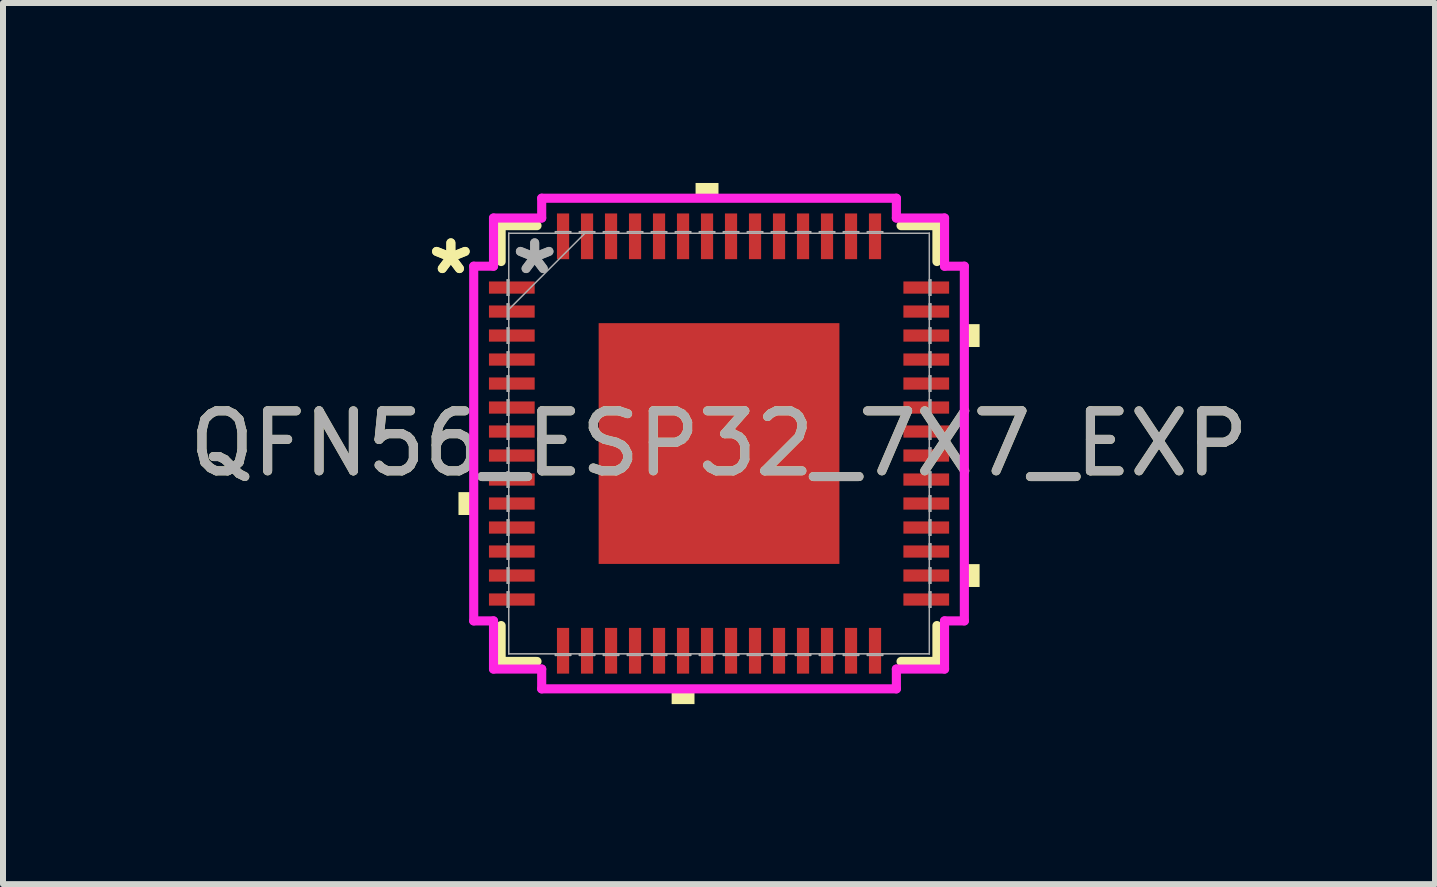
<source format=kicad_pcb>
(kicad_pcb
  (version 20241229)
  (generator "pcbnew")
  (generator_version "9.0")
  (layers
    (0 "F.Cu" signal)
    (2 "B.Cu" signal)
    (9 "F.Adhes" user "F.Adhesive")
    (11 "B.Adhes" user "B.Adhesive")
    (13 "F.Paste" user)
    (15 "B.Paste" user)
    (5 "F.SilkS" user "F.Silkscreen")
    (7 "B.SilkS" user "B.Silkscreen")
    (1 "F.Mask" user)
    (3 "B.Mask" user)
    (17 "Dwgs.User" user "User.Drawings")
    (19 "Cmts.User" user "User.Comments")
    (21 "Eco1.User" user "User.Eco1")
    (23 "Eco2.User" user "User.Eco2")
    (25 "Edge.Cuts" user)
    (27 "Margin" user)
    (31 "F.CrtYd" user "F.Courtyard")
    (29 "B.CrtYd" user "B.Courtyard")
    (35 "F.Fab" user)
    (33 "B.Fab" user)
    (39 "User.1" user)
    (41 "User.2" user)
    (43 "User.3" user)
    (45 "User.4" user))
  (footprint "QFN56_ESP32_7X7_EXP"
    (layer "F.Cu")
    (at 8.935 4.343)
    (property "Reference" "QFN56_ESP32_7X7_EXP" (at 0 0 0) (unlocked yes) (layer "F.SilkS") (effects (font (size 1 1) (thickness 0.15))))
    (attr smd)
    (fp_line (start -3.632 -3.632) (end -3.632 -3.034) (stroke (width 0.152) (type solid)) (layer "F.SilkS"))
    (fp_line (start -3.632 3.034) (end -3.632 3.632) (stroke (width 0.152) (type solid)) (layer "F.SilkS"))
    (fp_line (start -3.632 3.632) (end -3.034 3.632) (stroke (width 0.152) (type solid)) (layer "F.SilkS"))
    (fp_line (start -3.034 -3.632) (end -3.632 -3.632) (stroke (width 0.152) (type solid)) (layer "F.SilkS"))
    (fp_line (start 3.034 3.632) (end 3.632 3.632) (stroke (width 0.152) (type solid)) (layer "F.SilkS"))
    (fp_line (start 3.632 -3.632) (end 3.034 -3.632) (stroke (width 0.152) (type solid)) (layer "F.SilkS"))
    (fp_line (start 3.632 -3.034) (end 3.632 -3.632) (stroke (width 0.152) (type solid)) (layer "F.SilkS"))
    (fp_line (start 3.632 3.632) (end 3.632 3.034) (stroke (width 0.152) (type solid)) (layer "F.SilkS"))
    (fp_poly (pts (xy -4.343 0.81) (xy -4.343 1.191) (xy -4.089 1.191) (xy -4.089 0.81)) (stroke (width 0) (type solid)) (fill yes) (layer "F.SilkS"))
    (fp_poly (pts (xy -0.79 4.089) (xy -0.79 4.343) (xy -0.409 4.343) (xy -0.409 4.089)) (stroke (width 0) (type solid)) (fill yes) (layer "F.SilkS"))
    (fp_poly (pts (xy -0.391 -4.089) (xy -0.391 -4.343) (xy -0.009 -4.343) (xy -0.009 -4.089)) (stroke (width 0) (type solid)) (fill yes) (layer "F.SilkS"))
    (fp_poly (pts (xy 4.343 -1.99) (xy 4.343 -1.609) (xy 4.089 -1.609) (xy 4.089 -1.99)) (stroke (width 0) (type solid)) (fill yes) (layer "F.SilkS"))
    (fp_poly (pts (xy 4.343 2.01) (xy 4.343 2.391) (xy 4.089 2.391) (xy 4.089 2.01)) (stroke (width 0) (type solid)) (fill yes) (layer "F.SilkS"))
    (fp_poly (pts (xy -1.907 -1.907) (xy -1.907 -0.769) (xy -0.769 -0.769) (xy -0.769 -1.907)) (stroke (width 0) (type solid)) (fill yes) (layer "F.Paste"))
    (fp_poly (pts (xy -1.907 -0.569) (xy -1.907 0.569) (xy -0.769 0.569) (xy -0.769 -0.569)) (stroke (width 0) (type solid)) (fill yes) (layer "F.Paste"))
    (fp_poly (pts (xy -1.907 0.769) (xy -1.907 1.907) (xy -0.769 1.907) (xy -0.769 0.769)) (stroke (width 0) (type solid)) (fill yes) (layer "F.Paste"))
    (fp_poly (pts (xy -0.569 -1.907) (xy -0.569 -0.769) (xy 0.569 -0.769) (xy 0.569 -1.907)) (stroke (width 0) (type solid)) (fill yes) (layer "F.Paste"))
    (fp_poly (pts (xy -0.569 -0.569) (xy -0.569 0.569) (xy 0.569 0.569) (xy 0.569 -0.569)) (stroke (width 0) (type solid)) (fill yes) (layer "F.Paste"))
    (fp_poly (pts (xy -0.569 0.769) (xy -0.569 1.907) (xy 0.569 1.907) (xy 0.569 0.769)) (stroke (width 0) (type solid)) (fill yes) (layer "F.Paste"))
    (fp_poly (pts (xy 0.769 -1.907) (xy 0.769 -0.769) (xy 1.907 -0.769) (xy 1.907 -1.907)) (stroke (width 0) (type solid)) (fill yes) (layer "F.Paste"))
    (fp_poly (pts (xy 0.769 -0.569) (xy 0.769 0.569) (xy 1.907 0.569) (xy 1.907 -0.569)) (stroke (width 0) (type solid)) (fill yes) (layer "F.Paste"))
    (fp_poly (pts (xy 0.769 0.769) (xy 0.769 1.907) (xy 1.907 1.907) (xy 1.907 0.769)) (stroke (width 0) (type solid)) (fill yes) (layer "F.Paste"))
    (fp_line (start -4.089 -2.956) (end -3.759 -2.956) (stroke (width 0.152) (type solid)) (layer "F.CrtYd"))
    (fp_line (start -4.089 2.956) (end -4.089 -2.956) (stroke (width 0.152) (type solid)) (layer "F.CrtYd"))
    (fp_line (start -3.759 -3.759) (end -2.956 -3.759) (stroke (width 0.152) (type solid)) (layer "F.CrtYd"))
    (fp_line (start -3.759 -2.956) (end -3.759 -3.759) (stroke (width 0.152) (type solid)) (layer "F.CrtYd"))
    (fp_line (start -3.759 2.956) (end -4.089 2.956) (stroke (width 0.152) (type solid)) (layer "F.CrtYd"))
    (fp_line (start -3.759 3.759) (end -3.759 2.956) (stroke (width 0.152) (type solid)) (layer "F.CrtYd"))
    (fp_line (start -2.956 -4.089) (end 2.956 -4.089) (stroke (width 0.152) (type solid)) (layer "F.CrtYd"))
    (fp_line (start -2.956 -3.759) (end -2.956 -4.089) (stroke (width 0.152) (type solid)) (layer "F.CrtYd"))
    (fp_line (start -2.956 3.759) (end -3.759 3.759) (stroke (width 0.152) (type solid)) (layer "F.CrtYd"))
    (fp_line (start -2.956 4.089) (end -2.956 3.759) (stroke (width 0.152) (type solid)) (layer "F.CrtYd"))
    (fp_line (start 2.956 -4.089) (end 2.956 -3.759) (stroke (width 0.152) (type solid)) (layer "F.CrtYd"))
    (fp_line (start 2.956 -3.759) (end 3.759 -3.759) (stroke (width 0.152) (type solid)) (layer "F.CrtYd"))
    (fp_line (start 2.956 3.759) (end 2.956 4.089) (stroke (width 0.152) (type solid)) (layer "F.CrtYd"))
    (fp_line (start 2.956 4.089) (end -2.956 4.089) (stroke (width 0.152) (type solid)) (layer "F.CrtYd"))
    (fp_line (start 3.759 -3.759) (end 3.759 -2.956) (stroke (width 0.152) (type solid)) (layer "F.CrtYd"))
    (fp_line (start 3.759 -2.956) (end 4.089 -2.956) (stroke (width 0.152) (type solid)) (layer "F.CrtYd"))
    (fp_line (start 3.759 2.956) (end 3.759 3.759) (stroke (width 0.152) (type solid)) (layer "F.CrtYd"))
    (fp_line (start 3.759 3.759) (end 2.956 3.759) (stroke (width 0.152) (type solid)) (layer "F.CrtYd"))
    (fp_line (start 4.089 -2.956) (end 4.089 2.956) (stroke (width 0.152) (type solid)) (layer "F.CrtYd"))
    (fp_line (start 4.089 2.956) (end 3.759 2.956) (stroke (width 0.152) (type solid)) (layer "F.CrtYd"))
    (fp_line (start -3.531 -2.727) (end -3.531 -2.473) (stroke (width 0.025) (type solid)) (layer "F.Fab"))
    (fp_line (start -3.531 -2.473) (end -3.505 -2.473) (stroke (width 0.025) (type solid)) (layer "F.Fab"))
    (fp_line (start -3.531 -2.327) (end -3.531 -2.073) (stroke (width 0.025) (type solid)) (layer "F.Fab"))
    (fp_line (start -3.531 -2.073) (end -3.505 -2.073) (stroke (width 0.025) (type solid)) (layer "F.Fab"))
    (fp_line (start -3.531 -1.927) (end -3.531 -1.673) (stroke (width 0.025) (type solid)) (layer "F.Fab"))
    (fp_line (start -3.531 -1.673) (end -3.505 -1.673) (stroke (width 0.025) (type solid)) (layer "F.Fab"))
    (fp_line (start -3.531 -1.527) (end -3.531 -1.273) (stroke (width 0.025) (type solid)) (layer "F.Fab"))
    (fp_line (start -3.531 -1.273) (end -3.505 -1.273) (stroke (width 0.025) (type solid)) (layer "F.Fab"))
    (fp_line (start -3.531 -1.127) (end -3.531 -0.873) (stroke (width 0.025) (type solid)) (layer "F.Fab"))
    (fp_line (start -3.531 -0.873) (end -3.505 -0.873) (stroke (width 0.025) (type solid)) (layer "F.Fab"))
    (fp_line (start -3.531 -0.727) (end -3.531 -0.473) (stroke (width 0.025) (type solid)) (layer "F.Fab"))
    (fp_line (start -3.531 -0.473) (end -3.505 -0.473) (stroke (width 0.025) (type solid)) (layer "F.Fab"))
    (fp_line (start -3.531 -0.327) (end -3.531 -0.073) (stroke (width 0.025) (type solid)) (layer "F.Fab"))
    (fp_line (start -3.531 -0.073) (end -3.505 -0.073) (stroke (width 0.025) (type solid)) (layer "F.Fab"))
    (fp_line (start -3.531 0.073) (end -3.531 0.327) (stroke (width 0.025) (type solid)) (layer "F.Fab"))
    (fp_line (start -3.531 0.327) (end -3.505 0.327) (stroke (width 0.025) (type solid)) (layer "F.Fab"))
    (fp_line (start -3.531 0.473) (end -3.531 0.727) (stroke (width 0.025) (type solid)) (layer "F.Fab"))
    (fp_line (start -3.531 0.727) (end -3.505 0.727) (stroke (width 0.025) (type solid)) (layer "F.Fab"))
    (fp_line (start -3.531 0.873) (end -3.531 1.127) (stroke (width 0.025) (type solid)) (layer "F.Fab"))
    (fp_line (start -3.531 1.127) (end -3.505 1.127) (stroke (width 0.025) (type solid)) (layer "F.Fab"))
    (fp_line (start -3.531 1.273) (end -3.531 1.527) (stroke (width 0.025) (type solid)) (layer "F.Fab"))
    (fp_line (start -3.531 1.527) (end -3.505 1.527) (stroke (width 0.025) (type solid)) (layer "F.Fab"))
    (fp_line (start -3.531 1.673) (end -3.531 1.927) (stroke (width 0.025) (type solid)) (layer "F.Fab"))
    (fp_line (start -3.531 1.927) (end -3.505 1.927) (stroke (width 0.025) (type solid)) (layer "F.Fab"))
    (fp_line (start -3.531 2.073) (end -3.531 2.327) (stroke (width 0.025) (type solid)) (layer "F.Fab"))
    (fp_line (start -3.531 2.327) (end -3.505 2.327) (stroke (width 0.025) (type solid)) (layer "F.Fab"))
    (fp_line (start -3.531 2.473) (end -3.531 2.727) (stroke (width 0.025) (type solid)) (layer "F.Fab"))
    (fp_line (start -3.531 2.727) (end -3.505 2.727) (stroke (width 0.025) (type solid)) (layer "F.Fab"))
    (fp_line (start -3.505 -3.505) (end -3.505 -3.505) (stroke (width 0.025) (type solid)) (layer "F.Fab"))
    (fp_line (start -3.505 -3.505) (end -3.505 3.505) (stroke (width 0.025) (type solid)) (layer "F.Fab"))
    (fp_line (start -3.505 -2.727) (end -3.531 -2.727) (stroke (width 0.025) (type solid)) (layer "F.Fab"))
    (fp_line (start -3.505 -2.473) (end -3.505 -2.727) (stroke (width 0.025) (type solid)) (layer "F.Fab"))
    (fp_line (start -3.505 -2.327) (end -3.531 -2.327) (stroke (width 0.025) (type solid)) (layer "F.Fab"))
    (fp_line (start -3.505 -2.235) (end -2.235 -3.505) (stroke (width 0.025) (type solid)) (layer "F.Fab"))
    (fp_line (start -3.505 -2.073) (end -3.505 -2.327) (stroke (width 0.025) (type solid)) (layer "F.Fab"))
    (fp_line (start -3.505 -1.927) (end -3.531 -1.927) (stroke (width 0.025) (type solid)) (layer "F.Fab"))
    (fp_line (start -3.505 -1.673) (end -3.505 -1.927) (stroke (width 0.025) (type solid)) (layer "F.Fab"))
    (fp_line (start -3.505 -1.527) (end -3.531 -1.527) (stroke (width 0.025) (type solid)) (layer "F.Fab"))
    (fp_line (start -3.505 -1.273) (end -3.505 -1.527) (stroke (width 0.025) (type solid)) (layer "F.Fab"))
    (fp_line (start -3.505 -1.127) (end -3.531 -1.127) (stroke (width 0.025) (type solid)) (layer "F.Fab"))
    (fp_line (start -3.505 -0.873) (end -3.505 -1.127) (stroke (width 0.025) (type solid)) (layer "F.Fab"))
    (fp_line (start -3.505 -0.727) (end -3.531 -0.727) (stroke (width 0.025) (type solid)) (layer "F.Fab"))
    (fp_line (start -3.505 -0.473) (end -3.505 -0.727) (stroke (width 0.025) (type solid)) (layer "F.Fab"))
    (fp_line (start -3.505 -0.327) (end -3.531 -0.327) (stroke (width 0.025) (type solid)) (layer "F.Fab"))
    (fp_line (start -3.505 -0.073) (end -3.505 -0.327) (stroke (width 0.025) (type solid)) (layer "F.Fab"))
    (fp_line (start -3.505 0.073) (end -3.531 0.073) (stroke (width 0.025) (type solid)) (layer "F.Fab"))
    (fp_line (start -3.505 0.327) (end -3.505 0.073) (stroke (width 0.025) (type solid)) (layer "F.Fab"))
    (fp_line (start -3.505 0.473) (end -3.531 0.473) (stroke (width 0.025) (type solid)) (layer "F.Fab"))
    (fp_line (start -3.505 0.727) (end -3.505 0.473) (stroke (width 0.025) (type solid)) (layer "F.Fab"))
    (fp_line (start -3.505 0.873) (end -3.531 0.873) (stroke (width 0.025) (type solid)) (layer "F.Fab"))
    (fp_line (start -3.505 1.127) (end -3.505 0.873) (stroke (width 0.025) (type solid)) (layer "F.Fab"))
    (fp_line (start -3.505 1.273) (end -3.531 1.273) (stroke (width 0.025) (type solid)) (layer "F.Fab"))
    (fp_line (start -3.505 1.527) (end -3.505 1.273) (stroke (width 0.025) (type solid)) (layer "F.Fab"))
    (fp_line (start -3.505 1.673) (end -3.531 1.673) (stroke (width 0.025) (type solid)) (layer "F.Fab"))
    (fp_line (start -3.505 1.927) (end -3.505 1.673) (stroke (width 0.025) (type solid)) (layer "F.Fab"))
    (fp_line (start -3.505 2.073) (end -3.531 2.073) (stroke (width 0.025) (type solid)) (layer "F.Fab"))
    (fp_line (start -3.505 2.327) (end -3.505 2.073) (stroke (width 0.025) (type solid)) (layer "F.Fab"))
    (fp_line (start -3.505 2.473) (end -3.531 2.473) (stroke (width 0.025) (type solid)) (layer "F.Fab"))
    (fp_line (start -3.505 2.727) (end -3.505 2.473) (stroke (width 0.025) (type solid)) (layer "F.Fab"))
    (fp_line (start -3.505 3.505) (end -3.505 3.505) (stroke (width 0.025) (type solid)) (layer "F.Fab"))
    (fp_line (start -3.505 3.505) (end 3.505 3.505) (stroke (width 0.025) (type solid)) (layer "F.Fab"))
    (fp_line (start -2.727 -3.531) (end -2.727 -3.505) (stroke (width 0.025) (type solid)) (layer "F.Fab"))
    (fp_line (start -2.727 -3.505) (end -2.473 -3.505) (stroke (width 0.025) (type solid)) (layer "F.Fab"))
    (fp_line (start -2.727 3.505) (end -2.727 3.531) (stroke (width 0.025) (type solid)) (layer "F.Fab"))
    (fp_line (start -2.727 3.531) (end -2.473 3.531) (stroke (width 0.025) (type solid)) (layer "F.Fab"))
    (fp_line (start -2.473 -3.531) (end -2.727 -3.531) (stroke (width 0.025) (type solid)) (layer "F.Fab"))
    (fp_line (start -2.473 -3.505) (end -2.473 -3.531) (stroke (width 0.025) (type solid)) (layer "F.Fab"))
    (fp_line (start -2.473 3.505) (end -2.727 3.505) (stroke (width 0.025) (type solid)) (layer "F.Fab"))
    (fp_line (start -2.473 3.531) (end -2.473 3.505) (stroke (width 0.025) (type solid)) (layer "F.Fab"))
    (fp_line (start -2.327 -3.531) (end -2.327 -3.505) (stroke (width 0.025) (type solid)) (layer "F.Fab"))
    (fp_line (start -2.327 -3.505) (end -2.073 -3.505) (stroke (width 0.025) (type solid)) (layer "F.Fab"))
    (fp_line (start -2.327 3.505) (end -2.327 3.531) (stroke (width 0.025) (type solid)) (layer "F.Fab"))
    (fp_line (start -2.327 3.531) (end -2.073 3.531) (stroke (width 0.025) (type solid)) (layer "F.Fab"))
    (fp_line (start -2.073 -3.531) (end -2.327 -3.531) (stroke (width 0.025) (type solid)) (layer "F.Fab"))
    (fp_line (start -2.073 -3.505) (end -2.073 -3.531) (stroke (width 0.025) (type solid)) (layer "F.Fab"))
    (fp_line (start -2.073 3.505) (end -2.327 3.505) (stroke (width 0.025) (type solid)) (layer "F.Fab"))
    (fp_line (start -2.073 3.531) (end -2.073 3.505) (stroke (width 0.025) (type solid)) (layer "F.Fab"))
    (fp_line (start -1.927 -3.531) (end -1.927 -3.505) (stroke (width 0.025) (type solid)) (layer "F.Fab"))
    (fp_line (start -1.927 -3.505) (end -1.673 -3.505) (stroke (width 0.025) (type solid)) (layer "F.Fab"))
    (fp_line (start -1.927 3.505) (end -1.927 3.531) (stroke (width 0.025) (type solid)) (layer "F.Fab"))
    (fp_line (start -1.927 3.531) (end -1.673 3.531) (stroke (width 0.025) (type solid)) (layer "F.Fab"))
    (fp_line (start -1.673 -3.531) (end -1.927 -3.531) (stroke (width 0.025) (type solid)) (layer "F.Fab"))
    (fp_line (start -1.673 -3.505) (end -1.673 -3.531) (stroke (width 0.025) (type solid)) (layer "F.Fab"))
    (fp_line (start -1.673 3.505) (end -1.927 3.505) (stroke (width 0.025) (type solid)) (layer "F.Fab"))
    (fp_line (start -1.673 3.531) (end -1.673 3.505) (stroke (width 0.025) (type solid)) (layer "F.Fab"))
    (fp_line (start -1.527 -3.531) (end -1.527 -3.505) (stroke (width 0.025) (type solid)) (layer "F.Fab"))
    (fp_line (start -1.527 -3.505) (end -1.273 -3.505) (stroke (width 0.025) (type solid)) (layer "F.Fab"))
    (fp_line (start -1.527 3.505) (end -1.527 3.531) (stroke (width 0.025) (type solid)) (layer "F.Fab"))
    (fp_line (start -1.527 3.531) (end -1.273 3.531) (stroke (width 0.025) (type solid)) (layer "F.Fab"))
    (fp_line (start -1.273 -3.531) (end -1.527 -3.531) (stroke (width 0.025) (type solid)) (layer "F.Fab"))
    (fp_line (start -1.273 -3.505) (end -1.273 -3.531) (stroke (width 0.025) (type solid)) (layer "F.Fab"))
    (fp_line (start -1.273 3.505) (end -1.527 3.505) (stroke (width 0.025) (type solid)) (layer "F.Fab"))
    (fp_line (start -1.273 3.531) (end -1.273 3.505) (stroke (width 0.025) (type solid)) (layer "F.Fab"))
    (fp_line (start -1.127 -3.531) (end -1.127 -3.505) (stroke (width 0.025) (type solid)) (layer "F.Fab"))
    (fp_line (start -1.127 -3.505) (end -0.873 -3.505) (stroke (width 0.025) (type solid)) (layer "F.Fab"))
    (fp_line (start -1.127 3.505) (end -1.127 3.531) (stroke (width 0.025) (type solid)) (layer "F.Fab"))
    (fp_line (start -1.127 3.531) (end -0.873 3.531) (stroke (width 0.025) (type solid)) (layer "F.Fab"))
    (fp_line (start -0.873 -3.531) (end -1.127 -3.531) (stroke (width 0.025) (type solid)) (layer "F.Fab"))
    (fp_line (start -0.873 -3.505) (end -0.873 -3.531) (stroke (width 0.025) (type solid)) (layer "F.Fab"))
    (fp_line (start -0.873 3.505) (end -1.127 3.505) (stroke (width 0.025) (type solid)) (layer "F.Fab"))
    (fp_line (start -0.873 3.531) (end -0.873 3.505) (stroke (width 0.025) (type solid)) (layer "F.Fab"))
    (fp_line (start -0.727 -3.531) (end -0.727 -3.505) (stroke (width 0.025) (type solid)) (layer "F.Fab"))
    (fp_line (start -0.727 -3.505) (end -0.473 -3.505) (stroke (width 0.025) (type solid)) (layer "F.Fab"))
    (fp_line (start -0.727 3.505) (end -0.727 3.531) (stroke (width 0.025) (type solid)) (layer "F.Fab"))
    (fp_line (start -0.727 3.531) (end -0.473 3.531) (stroke (width 0.025) (type solid)) (layer "F.Fab"))
    (fp_line (start -0.473 -3.531) (end -0.727 -3.531) (stroke (width 0.025) (type solid)) (layer "F.Fab"))
    (fp_line (start -0.473 -3.505) (end -0.473 -3.531) (stroke (width 0.025) (type solid)) (layer "F.Fab"))
    (fp_line (start -0.473 3.505) (end -0.727 3.505) (stroke (width 0.025) (type solid)) (layer "F.Fab"))
    (fp_line (start -0.473 3.531) (end -0.473 3.505) (stroke (width 0.025) (type solid)) (layer "F.Fab"))
    (fp_line (start -0.327 -3.531) (end -0.327 -3.505) (stroke (width 0.025) (type solid)) (layer "F.Fab"))
    (fp_line (start -0.327 -3.505) (end -0.073 -3.505) (stroke (width 0.025) (type solid)) (layer "F.Fab"))
    (fp_line (start -0.327 3.505) (end -0.327 3.531) (stroke (width 0.025) (type solid)) (layer "F.Fab"))
    (fp_line (start -0.327 3.531) (end -0.073 3.531) (stroke (width 0.025) (type solid)) (layer "F.Fab"))
    (fp_line (start -0.073 -3.531) (end -0.327 -3.531) (stroke (width 0.025) (type solid)) (layer "F.Fab"))
    (fp_line (start -0.073 -3.505) (end -0.073 -3.531) (stroke (width 0.025) (type solid)) (layer "F.Fab"))
    (fp_line (start -0.073 3.505) (end -0.327 3.505) (stroke (width 0.025) (type solid)) (layer "F.Fab"))
    (fp_line (start -0.073 3.531) (end -0.073 3.505) (stroke (width 0.025) (type solid)) (layer "F.Fab"))
    (fp_line (start 0.073 -3.531) (end 0.073 -3.505) (stroke (width 0.025) (type solid)) (layer "F.Fab"))
    (fp_line (start 0.073 -3.505) (end 0.327 -3.505) (stroke (width 0.025) (type solid)) (layer "F.Fab"))
    (fp_line (start 0.073 3.505) (end 0.073 3.531) (stroke (width 0.025) (type solid)) (layer "F.Fab"))
    (fp_line (start 0.073 3.531) (end 0.327 3.531) (stroke (width 0.025) (type solid)) (layer "F.Fab"))
    (fp_line (start 0.327 -3.531) (end 0.073 -3.531) (stroke (width 0.025) (type solid)) (layer "F.Fab"))
    (fp_line (start 0.327 -3.505) (end 0.327 -3.531) (stroke (width 0.025) (type solid)) (layer "F.Fab"))
    (fp_line (start 0.327 3.505) (end 0.073 3.505) (stroke (width 0.025) (type solid)) (layer "F.Fab"))
    (fp_line (start 0.327 3.531) (end 0.327 3.505) (stroke (width 0.025) (type solid)) (layer "F.Fab"))
    (fp_line (start 0.473 -3.531) (end 0.473 -3.505) (stroke (width 0.025) (type solid)) (layer "F.Fab"))
    (fp_line (start 0.473 -3.505) (end 0.727 -3.505) (stroke (width 0.025) (type solid)) (layer "F.Fab"))
    (fp_line (start 0.473 3.505) (end 0.473 3.531) (stroke (width 0.025) (type solid)) (layer "F.Fab"))
    (fp_line (start 0.473 3.531) (end 0.727 3.531) (stroke (width 0.025) (type solid)) (layer "F.Fab"))
    (fp_line (start 0.727 -3.531) (end 0.473 -3.531) (stroke (width 0.025) (type solid)) (layer "F.Fab"))
    (fp_line (start 0.727 -3.505) (end 0.727 -3.531) (stroke (width 0.025) (type solid)) (layer "F.Fab"))
    (fp_line (start 0.727 3.505) (end 0.473 3.505) (stroke (width 0.025) (type solid)) (layer "F.Fab"))
    (fp_line (start 0.727 3.531) (end 0.727 3.505) (stroke (width 0.025) (type solid)) (layer "F.Fab"))
    (fp_line (start 0.873 -3.531) (end 0.873 -3.505) (stroke (width 0.025) (type solid)) (layer "F.Fab"))
    (fp_line (start 0.873 -3.505) (end 1.127 -3.505) (stroke (width 0.025) (type solid)) (layer "F.Fab"))
    (fp_line (start 0.873 3.505) (end 0.873 3.531) (stroke (width 0.025) (type solid)) (layer "F.Fab"))
    (fp_line (start 0.873 3.531) (end 1.127 3.531) (stroke (width 0.025) (type solid)) (layer "F.Fab"))
    (fp_line (start 1.127 -3.531) (end 0.873 -3.531) (stroke (width 0.025) (type solid)) (layer "F.Fab"))
    (fp_line (start 1.127 -3.505) (end 1.127 -3.531) (stroke (width 0.025) (type solid)) (layer "F.Fab"))
    (fp_line (start 1.127 3.505) (end 0.873 3.505) (stroke (width 0.025) (type solid)) (layer "F.Fab"))
    (fp_line (start 1.127 3.531) (end 1.127 3.505) (stroke (width 0.025) (type solid)) (layer "F.Fab"))
    (fp_line (start 1.273 -3.531) (end 1.273 -3.505) (stroke (width 0.025) (type solid)) (layer "F.Fab"))
    (fp_line (start 1.273 -3.505) (end 1.527 -3.505) (stroke (width 0.025) (type solid)) (layer "F.Fab"))
    (fp_line (start 1.273 3.505) (end 1.273 3.531) (stroke (width 0.025) (type solid)) (layer "F.Fab"))
    (fp_line (start 1.273 3.531) (end 1.527 3.531) (stroke (width 0.025) (type solid)) (layer "F.Fab"))
    (fp_line (start 1.527 -3.531) (end 1.273 -3.531) (stroke (width 0.025) (type solid)) (layer "F.Fab"))
    (fp_line (start 1.527 -3.505) (end 1.527 -3.531) (stroke (width 0.025) (type solid)) (layer "F.Fab"))
    (fp_line (start 1.527 3.505) (end 1.273 3.505) (stroke (width 0.025) (type solid)) (layer "F.Fab"))
    (fp_line (start 1.527 3.531) (end 1.527 3.505) (stroke (width 0.025) (type solid)) (layer "F.Fab"))
    (fp_line (start 1.673 -3.531) (end 1.673 -3.505) (stroke (width 0.025) (type solid)) (layer "F.Fab"))
    (fp_line (start 1.673 -3.505) (end 1.927 -3.505) (stroke (width 0.025) (type solid)) (layer "F.Fab"))
    (fp_line (start 1.673 3.505) (end 1.673 3.531) (stroke (width 0.025) (type solid)) (layer "F.Fab"))
    (fp_line (start 1.673 3.531) (end 1.927 3.531) (stroke (width 0.025) (type solid)) (layer "F.Fab"))
    (fp_line (start 1.927 -3.531) (end 1.673 -3.531) (stroke (width 0.025) (type solid)) (layer "F.Fab"))
    (fp_line (start 1.927 -3.505) (end 1.927 -3.531) (stroke (width 0.025) (type solid)) (layer "F.Fab"))
    (fp_line (start 1.927 3.505) (end 1.673 3.505) (stroke (width 0.025) (type solid)) (layer "F.Fab"))
    (fp_line (start 1.927 3.531) (end 1.927 3.505) (stroke (width 0.025) (type solid)) (layer "F.Fab"))
    (fp_line (start 2.073 -3.531) (end 2.073 -3.505) (stroke (width 0.025) (type solid)) (layer "F.Fab"))
    (fp_line (start 2.073 -3.505) (end 2.327 -3.505) (stroke (width 0.025) (type solid)) (layer "F.Fab"))
    (fp_line (start 2.073 3.505) (end 2.073 3.531) (stroke (width 0.025) (type solid)) (layer "F.Fab"))
    (fp_line (start 2.073 3.531) (end 2.327 3.531) (stroke (width 0.025) (type solid)) (layer "F.Fab"))
    (fp_line (start 2.327 -3.531) (end 2.073 -3.531) (stroke (width 0.025) (type solid)) (layer "F.Fab"))
    (fp_line (start 2.327 -3.505) (end 2.327 -3.531) (stroke (width 0.025) (type solid)) (layer "F.Fab"))
    (fp_line (start 2.327 3.505) (end 2.073 3.505) (stroke (width 0.025) (type solid)) (layer "F.Fab"))
    (fp_line (start 2.327 3.531) (end 2.327 3.505) (stroke (width 0.025) (type solid)) (layer "F.Fab"))
    (fp_line (start 2.473 -3.531) (end 2.473 -3.505) (stroke (width 0.025) (type solid)) (layer "F.Fab"))
    (fp_line (start 2.473 -3.505) (end 2.727 -3.505) (stroke (width 0.025) (type solid)) (layer "F.Fab"))
    (fp_line (start 2.473 3.505) (end 2.473 3.531) (stroke (width 0.025) (type solid)) (layer "F.Fab"))
    (fp_line (start 2.473 3.531) (end 2.727 3.531) (stroke (width 0.025) (type solid)) (layer "F.Fab"))
    (fp_line (start 2.727 -3.531) (end 2.473 -3.531) (stroke (width 0.025) (type solid)) (layer "F.Fab"))
    (fp_line (start 2.727 -3.505) (end 2.727 -3.531) (stroke (width 0.025) (type solid)) (layer "F.Fab"))
    (fp_line (start 2.727 3.505) (end 2.473 3.505) (stroke (width 0.025) (type solid)) (layer "F.Fab"))
    (fp_line (start 2.727 3.531) (end 2.727 3.505) (stroke (width 0.025) (type solid)) (layer "F.Fab"))
    (fp_line (start 3.505 -3.505) (end -3.505 -3.505) (stroke (width 0.025) (type solid)) (layer "F.Fab"))
    (fp_line (start 3.505 -3.505) (end 3.505 -3.505) (stroke (width 0.025) (type solid)) (layer "F.Fab"))
    (fp_line (start 3.505 -2.727) (end 3.505 -2.473) (stroke (width 0.025) (type solid)) (layer "F.Fab"))
    (fp_line (start 3.505 -2.473) (end 3.531 -2.473) (stroke (width 0.025) (type solid)) (layer "F.Fab"))
    (fp_line (start 3.505 -2.327) (end 3.505 -2.073) (stroke (width 0.025) (type solid)) (layer "F.Fab"))
    (fp_line (start 3.505 -2.073) (end 3.531 -2.073) (stroke (width 0.025) (type solid)) (layer "F.Fab"))
    (fp_line (start 3.505 -1.927) (end 3.505 -1.673) (stroke (width 0.025) (type solid)) (layer "F.Fab"))
    (fp_line (start 3.505 -1.673) (end 3.531 -1.673) (stroke (width 0.025) (type solid)) (layer "F.Fab"))
    (fp_line (start 3.505 -1.527) (end 3.505 -1.273) (stroke (width 0.025) (type solid)) (layer "F.Fab"))
    (fp_line (start 3.505 -1.273) (end 3.531 -1.273) (stroke (width 0.025) (type solid)) (layer "F.Fab"))
    (fp_line (start 3.505 -1.127) (end 3.505 -0.873) (stroke (width 0.025) (type solid)) (layer "F.Fab"))
    (fp_line (start 3.505 -0.873) (end 3.531 -0.873) (stroke (width 0.025) (type solid)) (layer "F.Fab"))
    (fp_line (start 3.505 -0.727) (end 3.505 -0.473) (stroke (width 0.025) (type solid)) (layer "F.Fab"))
    (fp_line (start 3.505 -0.473) (end 3.531 -0.473) (stroke (width 0.025) (type solid)) (layer "F.Fab"))
    (fp_line (start 3.505 -0.327) (end 3.505 -0.073) (stroke (width 0.025) (type solid)) (layer "F.Fab"))
    (fp_line (start 3.505 -0.073) (end 3.531 -0.073) (stroke (width 0.025) (type solid)) (layer "F.Fab"))
    (fp_line (start 3.505 0.073) (end 3.505 0.327) (stroke (width 0.025) (type solid)) (layer "F.Fab"))
    (fp_line (start 3.505 0.327) (end 3.531 0.327) (stroke (width 0.025) (type solid)) (layer "F.Fab"))
    (fp_line (start 3.505 0.473) (end 3.505 0.727) (stroke (width 0.025) (type solid)) (layer "F.Fab"))
    (fp_line (start 3.505 0.727) (end 3.531 0.727) (stroke (width 0.025) (type solid)) (layer "F.Fab"))
    (fp_line (start 3.505 0.873) (end 3.505 1.127) (stroke (width 0.025) (type solid)) (layer "F.Fab"))
    (fp_line (start 3.505 1.127) (end 3.531 1.127) (stroke (width 0.025) (type solid)) (layer "F.Fab"))
    (fp_line (start 3.505 1.273) (end 3.505 1.527) (stroke (width 0.025) (type solid)) (layer "F.Fab"))
    (fp_line (start 3.505 1.527) (end 3.531 1.527) (stroke (width 0.025) (type solid)) (layer "F.Fab"))
    (fp_line (start 3.505 1.673) (end 3.505 1.927) (stroke (width 0.025) (type solid)) (layer "F.Fab"))
    (fp_line (start 3.505 1.927) (end 3.531 1.927) (stroke (width 0.025) (type solid)) (layer "F.Fab"))
    (fp_line (start 3.505 2.073) (end 3.505 2.327) (stroke (width 0.025) (type solid)) (layer "F.Fab"))
    (fp_line (start 3.505 2.327) (end 3.531 2.327) (stroke (width 0.025) (type solid)) (layer "F.Fab"))
    (fp_line (start 3.505 2.473) (end 3.505 2.727) (stroke (width 0.025) (type solid)) (layer "F.Fab"))
    (fp_line (start 3.505 2.727) (end 3.531 2.727) (stroke (width 0.025) (type solid)) (layer "F.Fab"))
    (fp_line (start 3.505 3.505) (end 3.505 -3.505) (stroke (width 0.025) (type solid)) (layer "F.Fab"))
    (fp_line (start 3.505 3.505) (end 3.505 3.505) (stroke (width 0.025) (type solid)) (layer "F.Fab"))
    (fp_line (start 3.531 -2.727) (end 3.505 -2.727) (stroke (width 0.025) (type solid)) (layer "F.Fab"))
    (fp_line (start 3.531 -2.473) (end 3.531 -2.727) (stroke (width 0.025) (type solid)) (layer "F.Fab"))
    (fp_line (start 3.531 -2.327) (end 3.505 -2.327) (stroke (width 0.025) (type solid)) (layer "F.Fab"))
    (fp_line (start 3.531 -2.073) (end 3.531 -2.327) (stroke (width 0.025) (type solid)) (layer "F.Fab"))
    (fp_line (start 3.531 -1.927) (end 3.505 -1.927) (stroke (width 0.025) (type solid)) (layer "F.Fab"))
    (fp_line (start 3.531 -1.673) (end 3.531 -1.927) (stroke (width 0.025) (type solid)) (layer "F.Fab"))
    (fp_line (start 3.531 -1.527) (end 3.505 -1.527) (stroke (width 0.025) (type solid)) (layer "F.Fab"))
    (fp_line (start 3.531 -1.273) (end 3.531 -1.527) (stroke (width 0.025) (type solid)) (layer "F.Fab"))
    (fp_line (start 3.531 -1.127) (end 3.505 -1.127) (stroke (width 0.025) (type solid)) (layer "F.Fab"))
    (fp_line (start 3.531 -0.873) (end 3.531 -1.127) (stroke (width 0.025) (type solid)) (layer "F.Fab"))
    (fp_line (start 3.531 -0.727) (end 3.505 -0.727) (stroke (width 0.025) (type solid)) (layer "F.Fab"))
    (fp_line (start 3.531 -0.473) (end 3.531 -0.727) (stroke (width 0.025) (type solid)) (layer "F.Fab"))
    (fp_line (start 3.531 -0.327) (end 3.505 -0.327) (stroke (width 0.025) (type solid)) (layer "F.Fab"))
    (fp_line (start 3.531 -0.073) (end 3.531 -0.327) (stroke (width 0.025) (type solid)) (layer "F.Fab"))
    (fp_line (start 3.531 0.073) (end 3.505 0.073) (stroke (width 0.025) (type solid)) (layer "F.Fab"))
    (fp_line (start 3.531 0.327) (end 3.531 0.073) (stroke (width 0.025) (type solid)) (layer "F.Fab"))
    (fp_line (start 3.531 0.473) (end 3.505 0.473) (stroke (width 0.025) (type solid)) (layer "F.Fab"))
    (fp_line (start 3.531 0.727) (end 3.531 0.473) (stroke (width 0.025) (type solid)) (layer "F.Fab"))
    (fp_line (start 3.531 0.873) (end 3.505 0.873) (stroke (width 0.025) (type solid)) (layer "F.Fab"))
    (fp_line (start 3.531 1.127) (end 3.531 0.873) (stroke (width 0.025) (type solid)) (layer "F.Fab"))
    (fp_line (start 3.531 1.273) (end 3.505 1.273) (stroke (width 0.025) (type solid)) (layer "F.Fab"))
    (fp_line (start 3.531 1.527) (end 3.531 1.273) (stroke (width 0.025) (type solid)) (layer "F.Fab"))
    (fp_line (start 3.531 1.673) (end 3.505 1.673) (stroke (width 0.025) (type solid)) (layer "F.Fab"))
    (fp_line (start 3.531 1.927) (end 3.531 1.673) (stroke (width 0.025) (type solid)) (layer "F.Fab"))
    (fp_line (start 3.531 2.073) (end 3.505 2.073) (stroke (width 0.025) (type solid)) (layer "F.Fab"))
    (fp_line (start 3.531 2.327) (end 3.531 2.073) (stroke (width 0.025) (type solid)) (layer "F.Fab"))
    (fp_line (start 3.531 2.473) (end 3.505 2.473) (stroke (width 0.025) (type solid)) (layer "F.Fab"))
    (fp_line (start 3.531 2.727) (end 3.531 2.473) (stroke (width 0.025) (type solid)) (layer "F.Fab"))
    (fp_text user "*" (at -4.47 -2.8 0) (layer "F.SilkS") (effects (font (size 1 1) (thickness 0.15))))
    (fp_text user "*" (at -4.47 -2.8 0) (unlocked yes) (layer "F.SilkS") (effects (font (size 1 1) (thickness 0.15))))
    (fp_text user "*" (at -3.073 -2.8 0) (layer "F.Fab") (effects (font (size 1 1) (thickness 0.15))))
    (fp_text user "${REFERENCE}" (at 0 0 0) (unlocked yes) (layer "F.Fab") (effects (font (size 1 1) (thickness 0.15))))
    (fp_text user "*" (at -3.073 -2.8 0) (unlocked yes) (layer "F.Fab") (effects (font (size 1 1) (thickness 0.15))))
    (pad "1" smd rect (at -3.454 -2.6 90) (size 0.203 0.762) (layers "F.Cu" "F.Mask" "F.Paste"))
    (pad "2" smd rect (at -3.454 -2.2 90) (size 0.203 0.762) (layers "F.Cu" "F.Mask" "F.Paste"))
    (pad "3" smd rect (at -3.454 -1.8 90) (size 0.203 0.762) (layers "F.Cu" "F.Mask" "F.Paste"))
    (pad "4" smd rect (at -3.454 -1.4 90) (size 0.203 0.762) (layers "F.Cu" "F.Mask" "F.Paste"))
    (pad "5" smd rect (at -3.454 -1 90) (size 0.203 0.762) (layers "F.Cu" "F.Mask" "F.Paste"))
    (pad "6" smd rect (at -3.454 -0.6 90) (size 0.203 0.762) (layers "F.Cu" "F.Mask" "F.Paste"))
    (pad "7" smd rect (at -3.454 -0.2 90) (size 0.203 0.762) (layers "F.Cu" "F.Mask" "F.Paste"))
    (pad "8" smd rect (at -3.454 0.2 90) (size 0.203 0.762) (layers "F.Cu" "F.Mask" "F.Paste"))
    (pad "9" smd rect (at -3.454 0.6 90) (size 0.203 0.762) (layers "F.Cu" "F.Mask" "F.Paste"))
    (pad "10" smd rect (at -3.454 1 90) (size 0.203 0.762) (layers "F.Cu" "F.Mask" "F.Paste"))
    (pad "11" smd rect (at -3.454 1.4 90) (size 0.203 0.762) (layers "F.Cu" "F.Mask" "F.Paste"))
    (pad "12" smd rect (at -3.454 1.8 90) (size 0.203 0.762) (layers "F.Cu" "F.Mask" "F.Paste"))
    (pad "13" smd rect (at -3.454 2.2 90) (size 0.203 0.762) (layers "F.Cu" "F.Mask" "F.Paste"))
    (pad "14" smd rect (at -3.454 2.6 90) (size 0.203 0.762) (layers "F.Cu" "F.Mask" "F.Paste"))
    (pad "15" smd rect (at -2.6 3.454) (size 0.203 0.762) (layers "F.Cu" "F.Mask" "F.Paste"))
    (pad "16" smd rect (at -2.2 3.454) (size 0.203 0.762) (layers "F.Cu" "F.Mask" "F.Paste"))
    (pad "17" smd rect (at -1.8 3.454) (size 0.203 0.762) (layers "F.Cu" "F.Mask" "F.Paste"))
    (pad "18" smd rect (at -1.4 3.454) (size 0.203 0.762) (layers "F.Cu" "F.Mask" "F.Paste"))
    (pad "19" smd rect (at -1 3.454) (size 0.203 0.762) (layers "F.Cu" "F.Mask" "F.Paste"))
    (pad "20" smd rect (at -0.6 3.454) (size 0.203 0.762) (layers "F.Cu" "F.Mask" "F.Paste"))
    (pad "21" smd rect (at -0.2 3.454) (size 0.203 0.762) (layers "F.Cu" "F.Mask" "F.Paste"))
    (pad "22" smd rect (at 0.2 3.454) (size 0.203 0.762) (layers "F.Cu" "F.Mask" "F.Paste"))
    (pad "23" smd rect (at 0.6 3.454) (size 0.203 0.762) (layers "F.Cu" "F.Mask" "F.Paste"))
    (pad "24" smd rect (at 1 3.454) (size 0.203 0.762) (layers "F.Cu" "F.Mask" "F.Paste"))
    (pad "25" smd rect (at 1.4 3.454) (size 0.203 0.762) (layers "F.Cu" "F.Mask" "F.Paste"))
    (pad "26" smd rect (at 1.8 3.454) (size 0.203 0.762) (layers "F.Cu" "F.Mask" "F.Paste"))
    (pad "27" smd rect (at 2.2 3.454) (size 0.203 0.762) (layers "F.Cu" "F.Mask" "F.Paste"))
    (pad "28" smd rect (at 2.6 3.454) (size 0.203 0.762) (layers "F.Cu" "F.Mask" "F.Paste"))
    (pad "29" smd rect (at 3.454 2.6 90) (size 0.203 0.762) (layers "F.Cu" "F.Mask" "F.Paste"))
    (pad "30" smd rect (at 3.454 2.2 90) (size 0.203 0.762) (layers "F.Cu" "F.Mask" "F.Paste"))
    (pad "31" smd rect (at 3.454 1.8 90) (size 0.203 0.762) (layers "F.Cu" "F.Mask" "F.Paste"))
    (pad "32" smd rect (at 3.454 1.4 90) (size 0.203 0.762) (layers "F.Cu" "F.Mask" "F.Paste"))
    (pad "33" smd rect (at 3.454 1 90) (size 0.203 0.762) (layers "F.Cu" "F.Mask" "F.Paste"))
    (pad "34" smd rect (at 3.454 0.6 90) (size 0.203 0.762) (layers "F.Cu" "F.Mask" "F.Paste"))
    (pad "35" smd rect (at 3.454 0.2 90) (size 0.203 0.762) (layers "F.Cu" "F.Mask" "F.Paste"))
    (pad "36" smd rect (at 3.454 -0.2 90) (size 0.203 0.762) (layers "F.Cu" "F.Mask" "F.Paste"))
    (pad "37" smd rect (at 3.454 -0.6 90) (size 0.203 0.762) (layers "F.Cu" "F.Mask" "F.Paste"))
    (pad "38" smd rect (at 3.454 -1 90) (size 0.203 0.762) (layers "F.Cu" "F.Mask" "F.Paste"))
    (pad "39" smd rect (at 3.454 -1.4 90) (size 0.203 0.762) (layers "F.Cu" "F.Mask" "F.Paste"))
    (pad "40" smd rect (at 3.454 -1.8 90) (size 0.203 0.762) (layers "F.Cu" "F.Mask" "F.Paste"))
    (pad "41" smd rect (at 3.454 -2.2 90) (size 0.203 0.762) (layers "F.Cu" "F.Mask" "F.Paste"))
    (pad "42" smd rect (at 3.454 -2.6 90) (size 0.203 0.762) (layers "F.Cu" "F.Mask" "F.Paste"))
    (pad "43" smd rect (at 2.6 -3.454) (size 0.203 0.762) (layers "F.Cu" "F.Mask" "F.Paste"))
    (pad "44" smd rect (at 2.2 -3.454) (size 0.203 0.762) (layers "F.Cu" "F.Mask" "F.Paste"))
    (pad "45" smd rect (at 1.8 -3.454) (size 0.203 0.762) (layers "F.Cu" "F.Mask" "F.Paste"))
    (pad "46" smd rect (at 1.4 -3.454) (size 0.203 0.762) (layers "F.Cu" "F.Mask" "F.Paste"))
    (pad "47" smd rect (at 1 -3.454) (size 0.203 0.762) (layers "F.Cu" "F.Mask" "F.Paste"))
    (pad "48" smd rect (at 0.6 -3.454) (size 0.203 0.762) (layers "F.Cu" "F.Mask" "F.Paste"))
    (pad "49" smd rect (at 0.2 -3.454) (size 0.203 0.762) (layers "F.Cu" "F.Mask" "F.Paste"))
    (pad "50" smd rect (at -0.2 -3.454) (size 0.203 0.762) (layers "F.Cu" "F.Mask" "F.Paste"))
    (pad "51" smd rect (at -0.6 -3.454) (size 0.203 0.762) (layers "F.Cu" "F.Mask" "F.Paste"))
    (pad "52" smd rect (at -1 -3.454) (size 0.203 0.762) (layers "F.Cu" "F.Mask" "F.Paste"))
    (pad "53" smd rect (at -1.4 -3.454) (size 0.203 0.762) (layers "F.Cu" "F.Mask" "F.Paste"))
    (pad "54" smd rect (at -1.8 -3.454) (size 0.203 0.762) (layers "F.Cu" "F.Mask" "F.Paste"))
    (pad "55" smd rect (at -2.2 -3.454) (size 0.203 0.762) (layers "F.Cu" "F.Mask" "F.Paste"))
    (pad "56" smd rect (at -2.6 -3.454) (size 0.203 0.762) (layers "F.Cu" "F.Mask" "F.Paste"))
    (pad "57" smd rect (at 0 0) (size 4.013 4.013) (layers "F.Cu" "F.Mask" "F.Paste")))
  (gr_rect
    (start -3 -3)
    (end 20.869 11.687)
    (stroke (width 0.1) (type default))
    (fill no)
    (layer "Edge.Cuts")))
</source>
